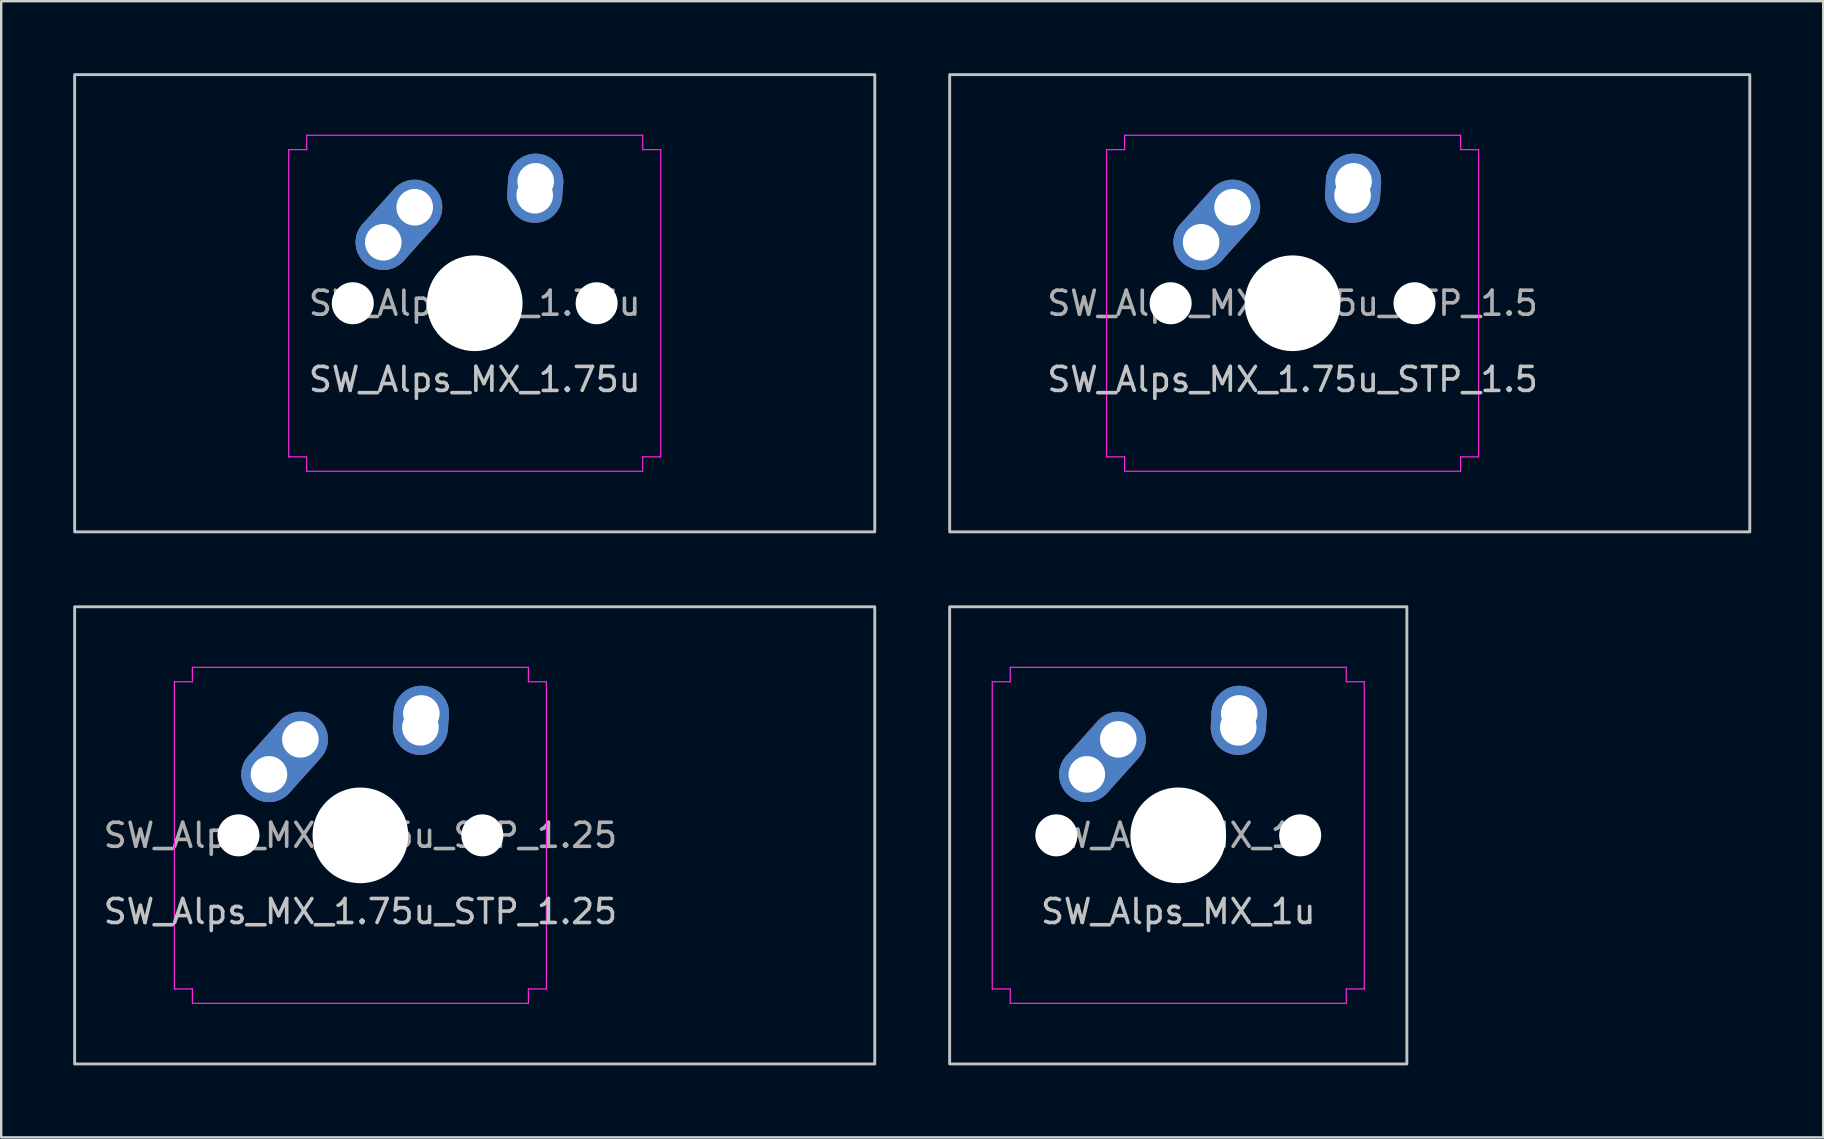
<source format=kicad_pcb>
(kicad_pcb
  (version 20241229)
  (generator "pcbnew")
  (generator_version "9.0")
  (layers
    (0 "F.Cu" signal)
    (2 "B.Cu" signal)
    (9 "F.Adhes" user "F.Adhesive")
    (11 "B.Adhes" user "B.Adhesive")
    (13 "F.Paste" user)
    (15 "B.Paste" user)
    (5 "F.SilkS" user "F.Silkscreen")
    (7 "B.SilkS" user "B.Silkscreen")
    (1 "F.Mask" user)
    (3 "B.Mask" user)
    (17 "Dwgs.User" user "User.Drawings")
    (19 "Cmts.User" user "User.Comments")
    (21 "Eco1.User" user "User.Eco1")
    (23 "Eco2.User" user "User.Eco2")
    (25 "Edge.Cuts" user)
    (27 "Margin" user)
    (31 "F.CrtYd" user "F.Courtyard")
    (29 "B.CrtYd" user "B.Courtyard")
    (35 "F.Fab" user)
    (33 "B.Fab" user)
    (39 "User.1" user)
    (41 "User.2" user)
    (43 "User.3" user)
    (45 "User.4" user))
  (footprint "SW_Alps_MX_1.75u"
    (layer "F.Cu")
    (at 16.729 9.585)
    (property "Reference" "SW_Alps_MX_1.75u" (at 0 3.175 0) (layer "Dwgs.User") (effects (font (size 1 1) (thickness 0.15))))
    (attr through_hole exclude_from_pos_files exclude_from_bom)
    (fp_rect (start -16.669 -9.525) (end 16.669 9.525) (stroke (width 0.12) (type solid)) (fill no) (layer "Dwgs.User"))
    (fp_line (start -7.75 -5.9) (end -7.75 5.9) (stroke (width 0.05) (type solid)) (layer "Eco2.User"))
    (fp_line (start -7.25 -6.4) (end -7 -6.4) (stroke (width 0.05) (type solid)) (layer "Eco2.User"))
    (fp_line (start -7.25 6.4) (end -7 6.4) (stroke (width 0.05) (type solid)) (layer "Eco2.User"))
    (fp_line (start -7 -6.4) (end -7 -6.5) (stroke (width 0.05) (type solid)) (layer "Eco2.User"))
    (fp_line (start -7 6.4) (end -7 6.5) (stroke (width 0.05) (type solid)) (layer "Eco2.User"))
    (fp_line (start -6.5 -7) (end 6.5 -7) (stroke (width 0.05) (type solid)) (layer "Eco2.User"))
    (fp_line (start -6.5 7) (end 6.5 7) (stroke (width 0.05) (type solid)) (layer "Eco2.User"))
    (fp_line (start 7 -6.4) (end 7 -6.5) (stroke (width 0.05) (type solid)) (layer "Eco2.User"))
    (fp_line (start 7 6.4) (end 7 6.5) (stroke (width 0.05) (type solid)) (layer "Eco2.User"))
    (fp_line (start 7.25 -6.4) (end 7 -6.4) (stroke (width 0.05) (type solid)) (layer "Eco2.User"))
    (fp_line (start 7.25 6.4) (end 7 6.4) (stroke (width 0.05) (type solid)) (layer "Eco2.User"))
    (fp_line (start 7.75 -5.9) (end 7.75 5.9) (stroke (width 0.05) (type solid)) (layer "Eco2.User"))
    (fp_arc (start -7.75 -5.9) (mid -7.603553 -6.253553) (end -7.25 -6.4) (stroke (width 0.05) (type solid)) (layer "Eco2.User"))
    (fp_arc (start -7.25 6.4) (mid -7.603553 6.253553) (end -7.75 5.9) (stroke (width 0.05) (type solid)) (layer "Eco2.User"))
    (fp_arc (start -7 -6.5) (mid -6.853553 -6.853553) (end -6.5 -7) (stroke (width 0.05) (type solid)) (layer "Eco2.User"))
    (fp_arc (start -6.5 7) (mid -6.853553 6.853553) (end -7 6.5) (stroke (width 0.05) (type solid)) (layer "Eco2.User"))
    (fp_arc (start 6.5 -7) (mid 6.853553 -6.853553) (end 7 -6.5) (stroke (width 0.05) (type solid)) (layer "Eco2.User"))
    (fp_arc (start 7 6.5) (mid 6.853553 6.853553) (end 6.5 7) (stroke (width 0.05) (type solid)) (layer "Eco2.User"))
    (fp_arc (start 7.25 -6.4) (mid 7.603553 -6.253553) (end 7.75 -5.9) (stroke (width 0.05) (type solid)) (layer "Eco2.User"))
    (fp_arc (start 7.75 5.9) (mid 7.603553 6.253553) (end 7.25 6.4) (stroke (width 0.05) (type solid)) (layer "Eco2.User"))
    (fp_line (start -7.75 -6.4) (end -7.75 6.4) (stroke (width 0.05) (type solid)) (layer "F.CrtYd"))
    (fp_line (start -7.75 -6.4) (end -7 -6.4) (stroke (width 0.05) (type solid)) (layer "F.CrtYd"))
    (fp_line (start -7.75 6.4) (end -7 6.4) (stroke (width 0.05) (type solid)) (layer "F.CrtYd"))
    (fp_line (start -7 -7) (end -7 -6.4) (stroke (width 0.05) (type solid)) (layer "F.CrtYd"))
    (fp_line (start -7 7) (end -7 6.4) (stroke (width 0.05) (type solid)) (layer "F.CrtYd"))
    (fp_line (start -7 7) (end 7 7) (stroke (width 0.05) (type solid)) (layer "F.CrtYd"))
    (fp_line (start 7 -7) (end -7 -7) (stroke (width 0.05) (type solid)) (layer "F.CrtYd"))
    (fp_line (start 7 -7) (end 7 -6.4) (stroke (width 0.05) (type solid)) (layer "F.CrtYd"))
    (fp_line (start 7 7) (end 7 6.4) (stroke (width 0.05) (type solid)) (layer "F.CrtYd"))
    (fp_line (start 7.75 -6.4) (end 7 -6.4) (stroke (width 0.05) (type solid)) (layer "F.CrtYd"))
    (fp_line (start 7.75 6.4) (end 7 6.4) (stroke (width 0.05) (type solid)) (layer "F.CrtYd"))
    (fp_line (start 7.75 6.4) (end 7.75 -6.4) (stroke (width 0.05) (type solid)) (layer "F.CrtYd"))
    (fp_text user "${REFERENCE}" (at 0 0 0) (layer "F.Fab") (effects (font (size 1 1) (thickness 0.15))))
    (pad "" np_thru_hole circle (at -5.08 0) (size 1.75 1.75) (drill 1.75) (layers "*.Cu" "*.Mask"))
    (pad "" np_thru_hole circle (at 0 0) (size 3.988 3.988) (drill 3.988) (layers "*.Cu" "*.Mask"))
    (pad "" np_thru_hole circle (at 5.08 0) (size 1.75 1.75) (drill 1.75) (layers "*.Cu" "*.Mask"))
    (pad "1" thru_hole circle (at -3.81 -2.54) (size 2.3 2.3) (drill 1.524) (layers "*.Cu" "B.Mask"))
    (pad "1" thru_hole oval (at -2.5 -4 318.1) (size 2.3 4.262) (drill 1.524 (offset 0 0.981)) (layers "*.Cu" "B.Mask"))
    (pad "2" thru_hole oval (at 2.5 -4.5 176.1) (size 2.3 2.881) (drill 1.524 (offset 0 0.29)) (layers "*.Cu" "B.Mask"))
    (pad "2" thru_hole circle (at 2.54 -5.08) (size 2.3 2.3) (drill 1.524) (layers "*.Cu" "B.Mask")))
  (footprint "SW_Alps_MX_1.75u_STP_1.5"
    (layer "F.Cu")
    (at 50.805 9.585)
    (property "Reference" "SW_Alps_MX_1.75u_STP_1.5" (at 0 3.175 0) (layer "Dwgs.User") (effects (font (size 1 1) (thickness 0.15))))
    (attr through_hole exclude_from_pos_files exclude_from_bom)
    (fp_rect (start -14.287 -9.525) (end 19.05 9.525) (stroke (width 0.12) (type solid)) (fill no) (layer "Dwgs.User"))
    (fp_line (start -7.75 -5.9) (end -7.75 5.9) (stroke (width 0.05) (type solid)) (layer "Eco2.User"))
    (fp_line (start -7.25 -6.4) (end -7 -6.4) (stroke (width 0.05) (type solid)) (layer "Eco2.User"))
    (fp_line (start -7.25 6.4) (end -7 6.4) (stroke (width 0.05) (type solid)) (layer "Eco2.User"))
    (fp_line (start -7 -6.4) (end -7 -6.5) (stroke (width 0.05) (type solid)) (layer "Eco2.User"))
    (fp_line (start -7 6.4) (end -7 6.5) (stroke (width 0.05) (type solid)) (layer "Eco2.User"))
    (fp_line (start -6.5 -7) (end 6.5 -7) (stroke (width 0.05) (type solid)) (layer "Eco2.User"))
    (fp_line (start -6.5 7) (end 6.5 7) (stroke (width 0.05) (type solid)) (layer "Eco2.User"))
    (fp_line (start 7 -6.4) (end 7 -6.5) (stroke (width 0.05) (type solid)) (layer "Eco2.User"))
    (fp_line (start 7 6.4) (end 7 6.5) (stroke (width 0.05) (type solid)) (layer "Eco2.User"))
    (fp_line (start 7.25 -6.4) (end 7 -6.4) (stroke (width 0.05) (type solid)) (layer "Eco2.User"))
    (fp_line (start 7.25 6.4) (end 7 6.4) (stroke (width 0.05) (type solid)) (layer "Eco2.User"))
    (fp_line (start 7.75 -5.9) (end 7.75 5.9) (stroke (width 0.05) (type solid)) (layer "Eco2.User"))
    (fp_arc (start -7.75 -5.9) (mid -7.603553 -6.253553) (end -7.25 -6.4) (stroke (width 0.05) (type solid)) (layer "Eco2.User"))
    (fp_arc (start -7.25 6.4) (mid -7.603553 6.253553) (end -7.75 5.9) (stroke (width 0.05) (type solid)) (layer "Eco2.User"))
    (fp_arc (start -7 -6.5) (mid -6.853553 -6.853553) (end -6.5 -7) (stroke (width 0.05) (type solid)) (layer "Eco2.User"))
    (fp_arc (start -6.5 7) (mid -6.853553 6.853553) (end -7 6.5) (stroke (width 0.05) (type solid)) (layer "Eco2.User"))
    (fp_arc (start 6.5 -7) (mid 6.853553 -6.853553) (end 7 -6.5) (stroke (width 0.05) (type solid)) (layer "Eco2.User"))
    (fp_arc (start 7 6.5) (mid 6.853553 6.853553) (end 6.5 7) (stroke (width 0.05) (type solid)) (layer "Eco2.User"))
    (fp_arc (start 7.25 -6.4) (mid 7.603553 -6.253553) (end 7.75 -5.9) (stroke (width 0.05) (type solid)) (layer "Eco2.User"))
    (fp_arc (start 7.75 5.9) (mid 7.603553 6.253553) (end 7.25 6.4) (stroke (width 0.05) (type solid)) (layer "Eco2.User"))
    (fp_line (start -7.75 -6.4) (end -7.75 6.4) (stroke (width 0.05) (type solid)) (layer "F.CrtYd"))
    (fp_line (start -7.75 -6.4) (end -7 -6.4) (stroke (width 0.05) (type solid)) (layer "F.CrtYd"))
    (fp_line (start -7.75 6.4) (end -7 6.4) (stroke (width 0.05) (type solid)) (layer "F.CrtYd"))
    (fp_line (start -7 -7) (end -7 -6.4) (stroke (width 0.05) (type solid)) (layer "F.CrtYd"))
    (fp_line (start -7 7) (end -7 6.4) (stroke (width 0.05) (type solid)) (layer "F.CrtYd"))
    (fp_line (start -7 7) (end 7 7) (stroke (width 0.05) (type solid)) (layer "F.CrtYd"))
    (fp_line (start 7 -7) (end -7 -7) (stroke (width 0.05) (type solid)) (layer "F.CrtYd"))
    (fp_line (start 7 -7) (end 7 -6.4) (stroke (width 0.05) (type solid)) (layer "F.CrtYd"))
    (fp_line (start 7 7) (end 7 6.4) (stroke (width 0.05) (type solid)) (layer "F.CrtYd"))
    (fp_line (start 7.75 -6.4) (end 7 -6.4) (stroke (width 0.05) (type solid)) (layer "F.CrtYd"))
    (fp_line (start 7.75 6.4) (end 7 6.4) (stroke (width 0.05) (type solid)) (layer "F.CrtYd"))
    (fp_line (start 7.75 6.4) (end 7.75 -6.4) (stroke (width 0.05) (type solid)) (layer "F.CrtYd"))
    (fp_text user "${REFERENCE}" (at 0 0 0) (layer "F.Fab") (effects (font (size 1 1) (thickness 0.15))))
    (pad "" np_thru_hole circle (at -5.08 0) (size 1.75 1.75) (drill 1.75) (layers "*.Cu" "*.Mask"))
    (pad "" np_thru_hole circle (at 0 0) (size 3.988 3.988) (drill 3.988) (layers "*.Cu" "*.Mask"))
    (pad "" np_thru_hole circle (at 5.08 0) (size 1.75 1.75) (drill 1.75) (layers "*.Cu" "*.Mask"))
    (pad "1" thru_hole circle (at -3.81 -2.54) (size 2.3 2.3) (drill 1.524) (layers "*.Cu" "B.Mask"))
    (pad "1" thru_hole oval (at -2.5 -4 318.1) (size 2.3 4.262) (drill 1.524 (offset 0 0.981)) (layers "*.Cu" "B.Mask"))
    (pad "2" thru_hole oval (at 2.5 -4.5 176.1) (size 2.3 2.881) (drill 1.524 (offset 0 0.29)) (layers "*.Cu" "B.Mask"))
    (pad "2" thru_hole circle (at 2.54 -5.08) (size 2.3 2.3) (drill 1.524) (layers "*.Cu" "B.Mask")))
  (footprint "SW_Alps_MX_1.75u_STP_1.25"
    (layer "F.Cu")
    (at 11.966 31.755)
    (property "Reference" "SW_Alps_MX_1.75u_STP_1.25" (at 0 3.175 0) (layer "Dwgs.User") (effects (font (size 1 1) (thickness 0.15))))
    (attr through_hole exclude_from_pos_files exclude_from_bom)
    (fp_rect (start -11.906 -9.525) (end 21.431 9.525) (stroke (width 0.12) (type solid)) (fill no) (layer "Dwgs.User"))
    (fp_line (start -7.75 -5.9) (end -7.75 5.9) (stroke (width 0.05) (type solid)) (layer "Eco2.User"))
    (fp_line (start -7.25 -6.4) (end -7 -6.4) (stroke (width 0.05) (type solid)) (layer "Eco2.User"))
    (fp_line (start -7.25 6.4) (end -7 6.4) (stroke (width 0.05) (type solid)) (layer "Eco2.User"))
    (fp_line (start -7 -6.4) (end -7 -6.5) (stroke (width 0.05) (type solid)) (layer "Eco2.User"))
    (fp_line (start -7 6.4) (end -7 6.5) (stroke (width 0.05) (type solid)) (layer "Eco2.User"))
    (fp_line (start -6.5 -7) (end 6.5 -7) (stroke (width 0.05) (type solid)) (layer "Eco2.User"))
    (fp_line (start -6.5 7) (end 6.5 7) (stroke (width 0.05) (type solid)) (layer "Eco2.User"))
    (fp_line (start 7 -6.4) (end 7 -6.5) (stroke (width 0.05) (type solid)) (layer "Eco2.User"))
    (fp_line (start 7 6.4) (end 7 6.5) (stroke (width 0.05) (type solid)) (layer "Eco2.User"))
    (fp_line (start 7.25 -6.4) (end 7 -6.4) (stroke (width 0.05) (type solid)) (layer "Eco2.User"))
    (fp_line (start 7.25 6.4) (end 7 6.4) (stroke (width 0.05) (type solid)) (layer "Eco2.User"))
    (fp_line (start 7.75 -5.9) (end 7.75 5.9) (stroke (width 0.05) (type solid)) (layer "Eco2.User"))
    (fp_arc (start -7.75 -5.9) (mid -7.603553 -6.253553) (end -7.25 -6.4) (stroke (width 0.05) (type solid)) (layer "Eco2.User"))
    (fp_arc (start -7.25 6.4) (mid -7.603553 6.253553) (end -7.75 5.9) (stroke (width 0.05) (type solid)) (layer "Eco2.User"))
    (fp_arc (start -7 -6.5) (mid -6.853553 -6.853553) (end -6.5 -7) (stroke (width 0.05) (type solid)) (layer "Eco2.User"))
    (fp_arc (start -6.5 7) (mid -6.853553 6.853553) (end -7 6.5) (stroke (width 0.05) (type solid)) (layer "Eco2.User"))
    (fp_arc (start 6.5 -7) (mid 6.853553 -6.853553) (end 7 -6.5) (stroke (width 0.05) (type solid)) (layer "Eco2.User"))
    (fp_arc (start 7 6.5) (mid 6.853553 6.853553) (end 6.5 7) (stroke (width 0.05) (type solid)) (layer "Eco2.User"))
    (fp_arc (start 7.25 -6.4) (mid 7.603553 -6.253553) (end 7.75 -5.9) (stroke (width 0.05) (type solid)) (layer "Eco2.User"))
    (fp_arc (start 7.75 5.9) (mid 7.603553 6.253553) (end 7.25 6.4) (stroke (width 0.05) (type solid)) (layer "Eco2.User"))
    (fp_line (start -7.75 -6.4) (end -7.75 6.4) (stroke (width 0.05) (type solid)) (layer "F.CrtYd"))
    (fp_line (start -7.75 -6.4) (end -7 -6.4) (stroke (width 0.05) (type solid)) (layer "F.CrtYd"))
    (fp_line (start -7.75 6.4) (end -7 6.4) (stroke (width 0.05) (type solid)) (layer "F.CrtYd"))
    (fp_line (start -7 -7) (end -7 -6.4) (stroke (width 0.05) (type solid)) (layer "F.CrtYd"))
    (fp_line (start -7 7) (end -7 6.4) (stroke (width 0.05) (type solid)) (layer "F.CrtYd"))
    (fp_line (start -7 7) (end 7 7) (stroke (width 0.05) (type solid)) (layer "F.CrtYd"))
    (fp_line (start 7 -7) (end -7 -7) (stroke (width 0.05) (type solid)) (layer "F.CrtYd"))
    (fp_line (start 7 -7) (end 7 -6.4) (stroke (width 0.05) (type solid)) (layer "F.CrtYd"))
    (fp_line (start 7 7) (end 7 6.4) (stroke (width 0.05) (type solid)) (layer "F.CrtYd"))
    (fp_line (start 7.75 -6.4) (end 7 -6.4) (stroke (width 0.05) (type solid)) (layer "F.CrtYd"))
    (fp_line (start 7.75 6.4) (end 7 6.4) (stroke (width 0.05) (type solid)) (layer "F.CrtYd"))
    (fp_line (start 7.75 6.4) (end 7.75 -6.4) (stroke (width 0.05) (type solid)) (layer "F.CrtYd"))
    (fp_text user "${REFERENCE}" (at 0 0 0) (layer "F.Fab") (effects (font (size 1 1) (thickness 0.15))))
    (pad "" np_thru_hole circle (at -5.08 0) (size 1.75 1.75) (drill 1.75) (layers "*.Cu" "*.Mask"))
    (pad "" np_thru_hole circle (at 0 0) (size 3.988 3.988) (drill 3.988) (layers "*.Cu" "*.Mask"))
    (pad "" np_thru_hole circle (at 5.08 0) (size 1.75 1.75) (drill 1.75) (layers "*.Cu" "*.Mask"))
    (pad "1" thru_hole circle (at -3.81 -2.54) (size 2.3 2.3) (drill 1.524) (layers "*.Cu" "B.Mask"))
    (pad "1" thru_hole oval (at -2.5 -4 318.1) (size 2.3 4.262) (drill 1.524 (offset 0 0.981)) (layers "*.Cu" "B.Mask"))
    (pad "2" thru_hole oval (at 2.5 -4.5 176.1) (size 2.3 2.881) (drill 1.524 (offset 0 0.29)) (layers "*.Cu" "B.Mask"))
    (pad "2" thru_hole circle (at 2.54 -5.08) (size 2.3 2.3) (drill 1.524) (layers "*.Cu" "B.Mask")))
  (footprint "SW_Alps_MX_1u"
    (layer "F.Cu")
    (at 46.042 31.755)
    (property "Reference" "SW_Alps_MX_1u" (at 0 3.175 0) (layer "Dwgs.User") (effects (font (size 1 1) (thickness 0.15))))
    (attr through_hole exclude_from_pos_files exclude_from_bom)
    (fp_rect (start -9.525 -9.525) (end 9.525 9.525) (stroke (width 0.12) (type solid)) (fill no) (layer "Dwgs.User"))
    (fp_line (start -7.75 -5.9) (end -7.75 5.9) (stroke (width 0.05) (type solid)) (layer "Eco2.User"))
    (fp_line (start -7.25 -6.4) (end -7 -6.4) (stroke (width 0.05) (type solid)) (layer "Eco2.User"))
    (fp_line (start -7.25 6.4) (end -7 6.4) (stroke (width 0.05) (type solid)) (layer "Eco2.User"))
    (fp_line (start -7 -6.4) (end -7 -6.5) (stroke (width 0.05) (type solid)) (layer "Eco2.User"))
    (fp_line (start -7 6.4) (end -7 6.5) (stroke (width 0.05) (type solid)) (layer "Eco2.User"))
    (fp_line (start -6.5 -7) (end 6.5 -7) (stroke (width 0.05) (type solid)) (layer "Eco2.User"))
    (fp_line (start -6.5 7) (end 6.5 7) (stroke (width 0.05) (type solid)) (layer "Eco2.User"))
    (fp_line (start 7 -6.4) (end 7 -6.5) (stroke (width 0.05) (type solid)) (layer "Eco2.User"))
    (fp_line (start 7 6.4) (end 7 6.5) (stroke (width 0.05) (type solid)) (layer "Eco2.User"))
    (fp_line (start 7.25 -6.4) (end 7 -6.4) (stroke (width 0.05) (type solid)) (layer "Eco2.User"))
    (fp_line (start 7.25 6.4) (end 7 6.4) (stroke (width 0.05) (type solid)) (layer "Eco2.User"))
    (fp_line (start 7.75 -5.9) (end 7.75 5.9) (stroke (width 0.05) (type solid)) (layer "Eco2.User"))
    (fp_arc (start -7.75 -5.9) (mid -7.603553 -6.253553) (end -7.25 -6.4) (stroke (width 0.05) (type solid)) (layer "Eco2.User"))
    (fp_arc (start -7.25 6.4) (mid -7.603553 6.253553) (end -7.75 5.9) (stroke (width 0.05) (type solid)) (layer "Eco2.User"))
    (fp_arc (start -7 -6.5) (mid -6.853553 -6.853553) (end -6.5 -7) (stroke (width 0.05) (type solid)) (layer "Eco2.User"))
    (fp_arc (start -6.5 7) (mid -6.853553 6.853553) (end -7 6.5) (stroke (width 0.05) (type solid)) (layer "Eco2.User"))
    (fp_arc (start 6.5 -7) (mid 6.853553 -6.853553) (end 7 -6.5) (stroke (width 0.05) (type solid)) (layer "Eco2.User"))
    (fp_arc (start 7 6.5) (mid 6.853553 6.853553) (end 6.5 7) (stroke (width 0.05) (type solid)) (layer "Eco2.User"))
    (fp_arc (start 7.25 -6.4) (mid 7.603553 -6.253553) (end 7.75 -5.9) (stroke (width 0.05) (type solid)) (layer "Eco2.User"))
    (fp_arc (start 7.75 5.9) (mid 7.603553 6.253553) (end 7.25 6.4) (stroke (width 0.05) (type solid)) (layer "Eco2.User"))
    (fp_line (start -7.75 -6.4) (end -7.75 6.4) (stroke (width 0.05) (type solid)) (layer "F.CrtYd"))
    (fp_line (start -7.75 -6.4) (end -7 -6.4) (stroke (width 0.05) (type solid)) (layer "F.CrtYd"))
    (fp_line (start -7.75 6.4) (end -7 6.4) (stroke (width 0.05) (type solid)) (layer "F.CrtYd"))
    (fp_line (start -7 -7) (end -7 -6.4) (stroke (width 0.05) (type solid)) (layer "F.CrtYd"))
    (fp_line (start -7 7) (end -7 6.4) (stroke (width 0.05) (type solid)) (layer "F.CrtYd"))
    (fp_line (start -7 7) (end 7 7) (stroke (width 0.05) (type solid)) (layer "F.CrtYd"))
    (fp_line (start 7 -7) (end -7 -7) (stroke (width 0.05) (type solid)) (layer "F.CrtYd"))
    (fp_line (start 7 -7) (end 7 -6.4) (stroke (width 0.05) (type solid)) (layer "F.CrtYd"))
    (fp_line (start 7 7) (end 7 6.4) (stroke (width 0.05) (type solid)) (layer "F.CrtYd"))
    (fp_line (start 7.75 -6.4) (end 7 -6.4) (stroke (width 0.05) (type solid)) (layer "F.CrtYd"))
    (fp_line (start 7.75 6.4) (end 7 6.4) (stroke (width 0.05) (type solid)) (layer "F.CrtYd"))
    (fp_line (start 7.75 6.4) (end 7.75 -6.4) (stroke (width 0.05) (type solid)) (layer "F.CrtYd"))
    (fp_text user "${REFERENCE}" (at 0 0 0) (layer "F.Fab") (effects (font (size 1 1) (thickness 0.15))))
    (pad "" np_thru_hole circle (at -5.08 0) (size 1.75 1.75) (drill 1.75) (layers "*.Cu" "*.Mask"))
    (pad "" np_thru_hole circle (at 0 0) (size 3.988 3.988) (drill 3.988) (layers "*.Cu" "*.Mask"))
    (pad "" np_thru_hole circle (at 5.08 0) (size 1.75 1.75) (drill 1.75) (layers "*.Cu" "*.Mask"))
    (pad "1" thru_hole circle (at -3.81 -2.54) (size 2.3 2.3) (drill 1.524) (layers "*.Cu" "B.Mask"))
    (pad "1" thru_hole oval (at -2.5 -4 318.1) (size 2.3 4.262) (drill 1.524 (offset 0 0.981)) (layers "*.Cu" "B.Mask"))
    (pad "2" thru_hole oval (at 2.5 -4.5 176.1) (size 2.3 2.881) (drill 1.524 (offset 0 0.29)) (layers "*.Cu" "B.Mask"))
    (pad "2" thru_hole circle (at 2.54 -5.08) (size 2.3 2.3) (drill 1.524) (layers "*.Cu" "B.Mask")))
  (gr_rect
    (start -3 -3)
    (end 72.915 44.34)
    (stroke (width 0.1) (type default))
    (fill no)
    (layer "Edge.Cuts")))
</source>
